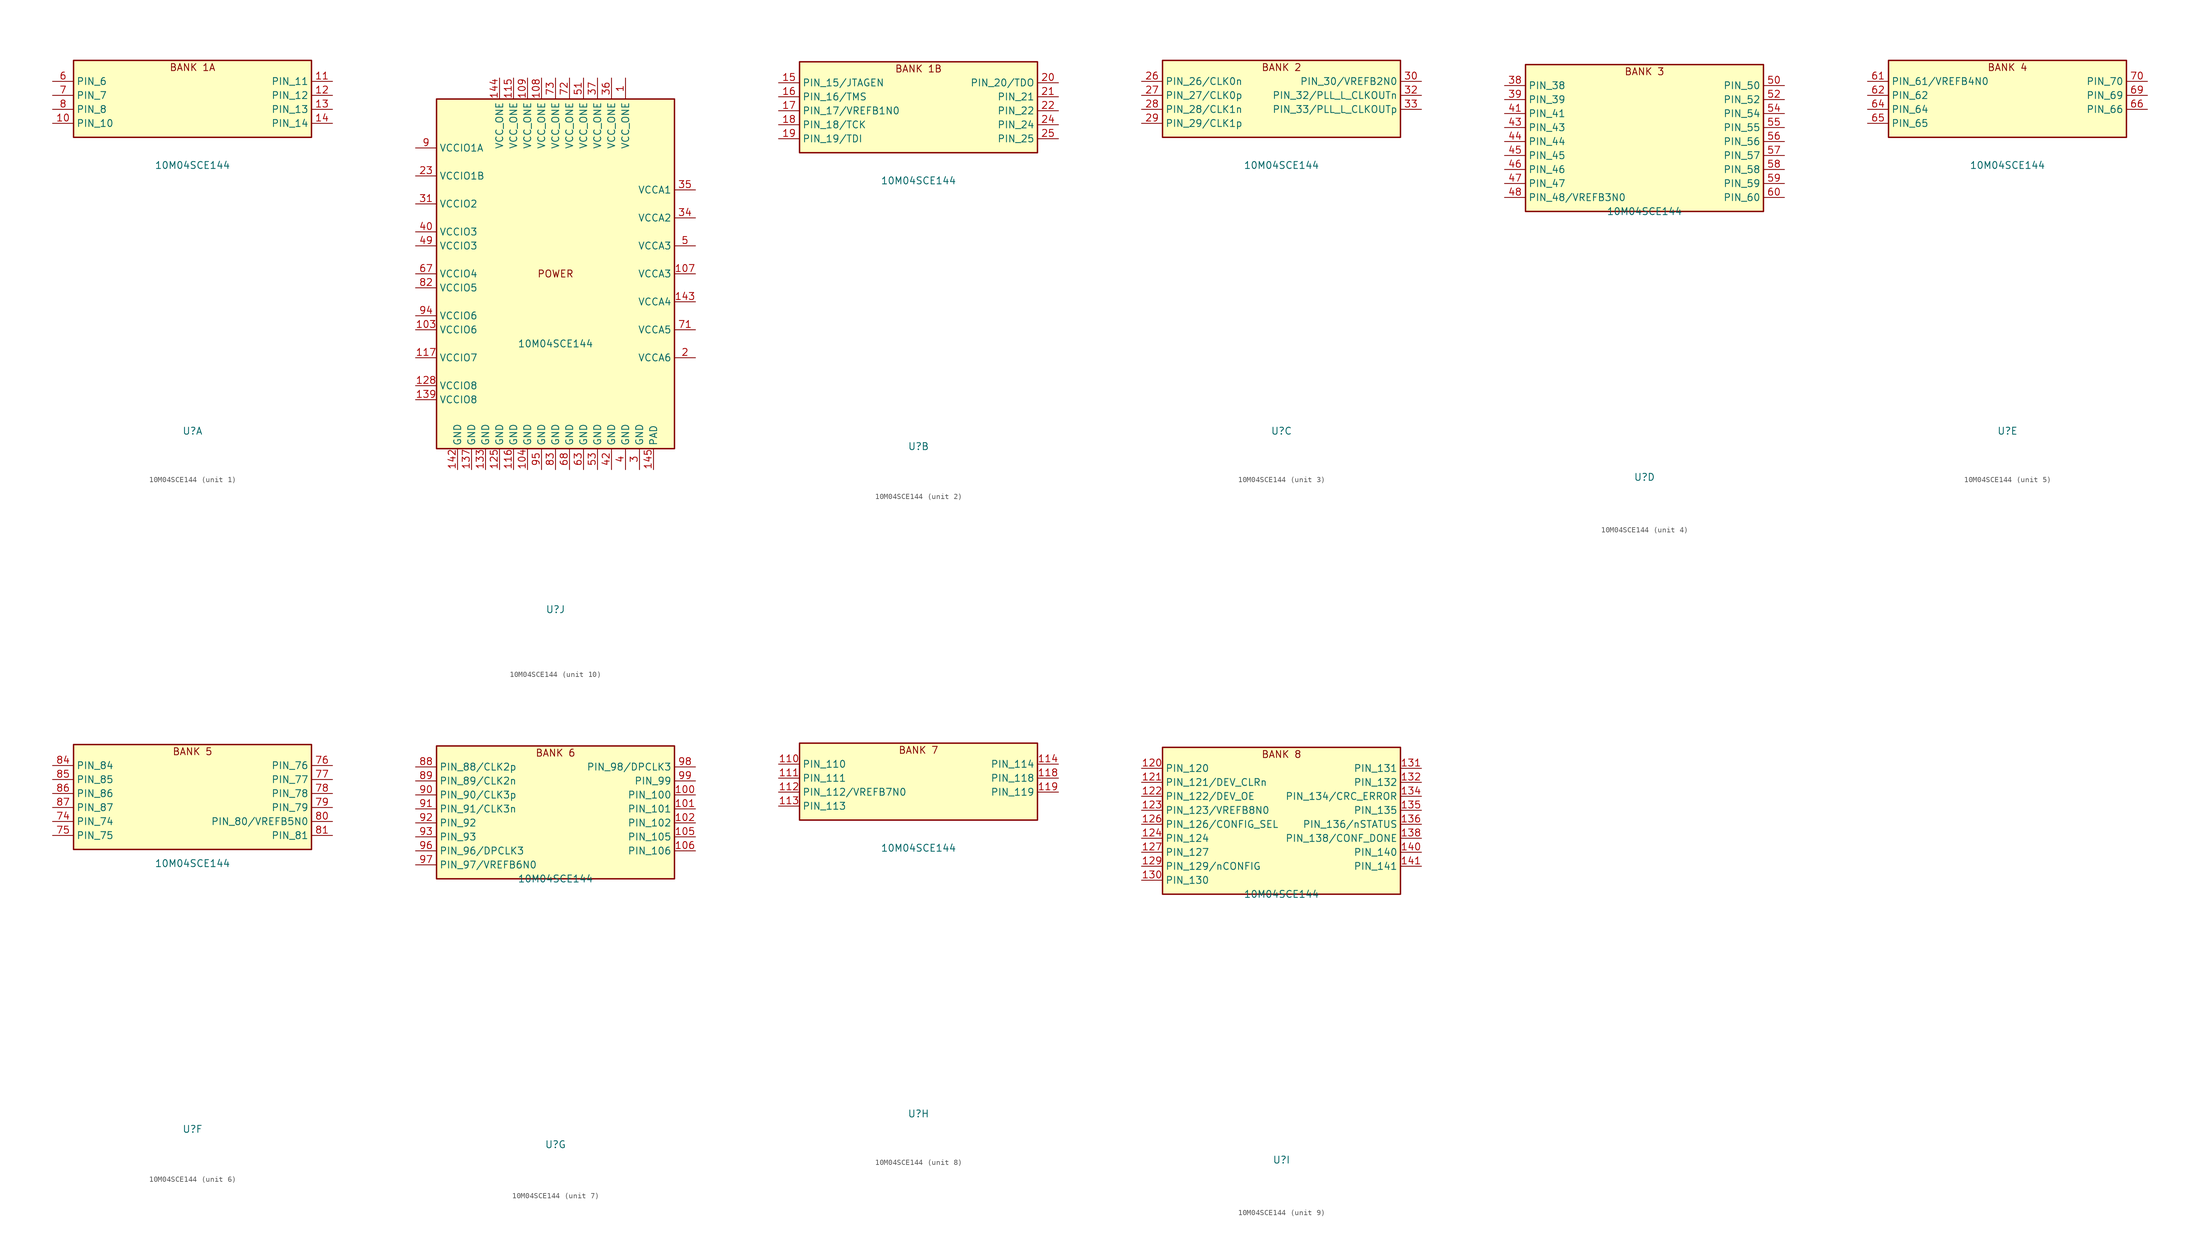
<source format=kicad_sym>
(kicad_symbol_lib
  (version 20220914)
  (generator kicad_symbol_editor)
  (symbol "10M04SCE144"
    (property "Reference" "U"
      (at 0 -60.96 0)
      (effects (font (size 1.27 1.27))))
    (property "Value" "10M04SCE144"
      (at 0 -12.7 0)
      (effects (font (size 1.27 1.27))))
    (property "ki_locked" ""
      (at 0 0 0)
      (effects (font (size 1.27 1.27))))
    (symbol "10M04SCE144_1_1"
      (rectangle (start -21.59 6.35) (end 21.59 -7.62) (stroke (width 0.254) (type default)) (fill (type background)))
      (text "BANK 1A" (at 0 5.08 0) (effects (font (size 1.27 1.27))))
      (pin bidirectional line (at -25.4 -5.08 0) (length 3.81) (name "PIN_10" (effects (font (size 1.27 1.27)))) (number "10" (effects (font (size 1.27 1.27)))))
      (pin bidirectional line (at 25.4 2.54 180) (length 3.81) (name "PIN_11" (effects (font (size 1.27 1.27)))) (number "11" (effects (font (size 1.27 1.27)))))
      (pin bidirectional line (at 25.4 0 180) (length 3.81) (name "PIN_12" (effects (font (size 1.27 1.27)))) (number "12" (effects (font (size 1.27 1.27)))))
      (pin bidirectional line (at 25.4 -2.54 180) (length 3.81) (name "PIN_13" (effects (font (size 1.27 1.27)))) (number "13" (effects (font (size 1.27 1.27)))))
      (pin bidirectional line (at 25.4 -5.08 180) (length 3.81) (name "PIN_14" (effects (font (size 1.27 1.27)))) (number "14" (effects (font (size 1.27 1.27)))))
      (pin bidirectional line (at -25.4 2.54 0) (length 3.81) (name "PIN_6" (effects (font (size 1.27 1.27)))) (number "6" (effects (font (size 1.27 1.27)))))
      (pin bidirectional line (at -25.4 0 0) (length 3.81) (name "PIN_7" (effects (font (size 1.27 1.27)))) (number "7" (effects (font (size 1.27 1.27)))))
      (pin bidirectional line (at -25.4 -2.54 0) (length 3.81) (name "PIN_8" (effects (font (size 1.27 1.27)))) (number "8" (effects (font (size 1.27 1.27))))))
    (symbol "10M04SCE144_2_1"
      (rectangle (start -21.59 8.89) (end 21.59 -7.62) (stroke (width 0.254) (type default)) (fill (type background)))
      (text "BANK 1B" (at 0 7.62 0) (effects (font (size 1.27 1.27))))
      (pin bidirectional line (at -25.4 5.08 0) (length 3.81) (name "PIN_15/JTAGEN" (effects (font (size 1.27 1.27)))) (number "15" (effects (font (size 1.27 1.27)))))
      (pin bidirectional line (at -25.4 2.54 0) (length 3.81) (name "PIN_16/TMS" (effects (font (size 1.27 1.27)))) (number "16" (effects (font (size 1.27 1.27)))))
      (pin bidirectional line (at -25.4 0 0) (length 3.81) (name "PIN_17/VREFB1N0" (effects (font (size 1.27 1.27)))) (number "17" (effects (font (size 1.27 1.27)))))
      (pin bidirectional line (at -25.4 -2.54 0) (length 3.81) (name "PIN_18/TCK" (effects (font (size 1.27 1.27)))) (number "18" (effects (font (size 1.27 1.27)))))
      (pin bidirectional line (at -25.4 -5.08 0) (length 3.81) (name "PIN_19/TDI" (effects (font (size 1.27 1.27)))) (number "19" (effects (font (size 1.27 1.27)))))
      (pin bidirectional line (at 25.4 5.08 180) (length 3.81) (name "PIN_20/TDO" (effects (font (size 1.27 1.27)))) (number "20" (effects (font (size 1.27 1.27)))))
      (pin bidirectional line (at 25.4 2.54 180) (length 3.81) (name "PIN_21" (effects (font (size 1.27 1.27)))) (number "21" (effects (font (size 1.27 1.27)))))
      (pin bidirectional line (at 25.4 0 180) (length 3.81) (name "PIN_22" (effects (font (size 1.27 1.27)))) (number "22" (effects (font (size 1.27 1.27)))))
      (pin bidirectional line (at 25.4 -2.54 180) (length 3.81) (name "PIN_24" (effects (font (size 1.27 1.27)))) (number "24" (effects (font (size 1.27 1.27)))))
      (pin bidirectional line (at 25.4 -5.08 180) (length 3.81) (name "PIN_25" (effects (font (size 1.27 1.27)))) (number "25" (effects (font (size 1.27 1.27))))))
    (symbol "10M04SCE144_3_1"
      (rectangle (start -21.59 6.35) (end 21.59 -7.62) (stroke (width 0.254) (type default)) (fill (type background)))
      (text "BANK 2" (at 0 5.08 0) (effects (font (size 1.27 1.27))))
      (pin bidirectional line (at -25.4 2.54 0) (length 3.81) (name "PIN_26/CLK0n" (effects (font (size 1.27 1.27)))) (number "26" (effects (font (size 1.27 1.27)))))
      (pin bidirectional line (at -25.4 0 0) (length 3.81) (name "PIN_27/CLK0p" (effects (font (size 1.27 1.27)))) (number "27" (effects (font (size 1.27 1.27)))))
      (pin bidirectional line (at -25.4 -2.54 0) (length 3.81) (name "PIN_28/CLK1n" (effects (font (size 1.27 1.27)))) (number "28" (effects (font (size 1.27 1.27)))))
      (pin bidirectional line (at -25.4 -5.08 0) (length 3.81) (name "PIN_29/CLK1p" (effects (font (size 1.27 1.27)))) (number "29" (effects (font (size 1.27 1.27)))))
      (pin bidirectional line (at 25.4 2.54 180) (length 3.81) (name "PIN_30/VREFB2N0" (effects (font (size 1.27 1.27)))) (number "30" (effects (font (size 1.27 1.27)))))
      (pin bidirectional line (at 25.4 0 180) (length 3.81) (name "PIN_32/PLL_L_CLKOUTn" (effects (font (size 1.27 1.27)))) (number "32" (effects (font (size 1.27 1.27)))))
      (pin bidirectional line (at 25.4 -2.54 180) (length 3.81) (name "PIN_33/PLL_L_CLKOUTp" (effects (font (size 1.27 1.27)))) (number "33" (effects (font (size 1.27 1.27))))))
    (symbol "10M04SCE144_4_1"
      (rectangle (start -21.59 13.97) (end 21.59 -12.7) (stroke (width 0.254) (type default)) (fill (type background)))
      (text "BANK 3" (at 0 12.7 0) (effects (font (size 1.27 1.27))))
      (pin bidirectional line (at -25.4 10.16 0) (length 3.81) (name "PIN_38" (effects (font (size 1.27 1.27)))) (number "38" (effects (font (size 1.27 1.27)))))
      (pin bidirectional line (at -25.4 7.62 0) (length 3.81) (name "PIN_39" (effects (font (size 1.27 1.27)))) (number "39" (effects (font (size 1.27 1.27)))))
      (pin bidirectional line (at -25.4 5.08 0) (length 3.81) (name "PIN_41" (effects (font (size 1.27 1.27)))) (number "41" (effects (font (size 1.27 1.27)))))
      (pin bidirectional line (at -25.4 2.54 0) (length 3.81) (name "PIN_43" (effects (font (size 1.27 1.27)))) (number "43" (effects (font (size 1.27 1.27)))))
      (pin bidirectional line (at -25.4 0 0) (length 3.81) (name "PIN_44" (effects (font (size 1.27 1.27)))) (number "44" (effects (font (size 1.27 1.27)))))
      (pin bidirectional line (at -25.4 -2.54 0) (length 3.81) (name "PIN_45" (effects (font (size 1.27 1.27)))) (number "45" (effects (font (size 1.27 1.27)))))
      (pin bidirectional line (at -25.4 -5.08 0) (length 3.81) (name "PIN_46" (effects (font (size 1.27 1.27)))) (number "46" (effects (font (size 1.27 1.27)))))
      (pin bidirectional line (at -25.4 -7.62 0) (length 3.81) (name "PIN_47" (effects (font (size 1.27 1.27)))) (number "47" (effects (font (size 1.27 1.27)))))
      (pin bidirectional line (at -25.4 -10.16 0) (length 3.81) (name "PIN_48/VREFB3N0" (effects (font (size 1.27 1.27)))) (number "48" (effects (font (size 1.27 1.27)))))
      (pin bidirectional line (at 25.4 10.16 180) (length 3.81) (name "PIN_50" (effects (font (size 1.27 1.27)))) (number "50" (effects (font (size 1.27 1.27)))))
      (pin bidirectional line (at 25.4 7.62 180) (length 3.81) (name "PIN_52" (effects (font (size 1.27 1.27)))) (number "52" (effects (font (size 1.27 1.27)))))
      (pin bidirectional line (at 25.4 5.08 180) (length 3.81) (name "PIN_54" (effects (font (size 1.27 1.27)))) (number "54" (effects (font (size 1.27 1.27)))))
      (pin bidirectional line (at 25.4 2.54 180) (length 3.81) (name "PIN_55" (effects (font (size 1.27 1.27)))) (number "55" (effects (font (size 1.27 1.27)))))
      (pin bidirectional line (at 25.4 0 180) (length 3.81) (name "PIN_56" (effects (font (size 1.27 1.27)))) (number "56" (effects (font (size 1.27 1.27)))))
      (pin bidirectional line (at 25.4 -2.54 180) (length 3.81) (name "PIN_57" (effects (font (size 1.27 1.27)))) (number "57" (effects (font (size 1.27 1.27)))))
      (pin bidirectional line (at 25.4 -5.08 180) (length 3.81) (name "PIN_58" (effects (font (size 1.27 1.27)))) (number "58" (effects (font (size 1.27 1.27)))))
      (pin bidirectional line (at 25.4 -7.62 180) (length 3.81) (name "PIN_59" (effects (font (size 1.27 1.27)))) (number "59" (effects (font (size 1.27 1.27)))))
      (pin bidirectional line (at 25.4 -10.16 180) (length 3.81) (name "PIN_60" (effects (font (size 1.27 1.27)))) (number "60" (effects (font (size 1.27 1.27))))))
    (symbol "10M04SCE144_5_1"
      (rectangle (start -21.59 6.35) (end 21.59 -7.62) (stroke (width 0.254) (type default)) (fill (type background)))
      (text "BANK 4" (at 0 5.08 0) (effects (font (size 1.27 1.27))))
      (pin bidirectional line (at -25.4 2.54 0) (length 3.81) (name "PIN_61/VREFB4N0" (effects (font (size 1.27 1.27)))) (number "61" (effects (font (size 1.27 1.27)))))
      (pin bidirectional line (at -25.4 0 0) (length 3.81) (name "PIN_62" (effects (font (size 1.27 1.27)))) (number "62" (effects (font (size 1.27 1.27)))))
      (pin bidirectional line (at -25.4 -2.54 0) (length 3.81) (name "PIN_64" (effects (font (size 1.27 1.27)))) (number "64" (effects (font (size 1.27 1.27)))))
      (pin bidirectional line (at -25.4 -5.08 0) (length 3.81) (name "PIN_65" (effects (font (size 1.27 1.27)))) (number "65" (effects (font (size 1.27 1.27)))))
      (pin bidirectional line (at 25.4 -2.54 180) (length 3.81) (name "PIN_66" (effects (font (size 1.27 1.27)))) (number "66" (effects (font (size 1.27 1.27)))))
      (pin bidirectional line (at 25.4 0 180) (length 3.81) (name "PIN_69" (effects (font (size 1.27 1.27)))) (number "69" (effects (font (size 1.27 1.27)))))
      (pin bidirectional line (at 25.4 2.54 180) (length 3.81) (name "PIN_70" (effects (font (size 1.27 1.27)))) (number "70" (effects (font (size 1.27 1.27))))))
    (symbol "10M04SCE144_6_1"
      (rectangle (start -21.59 8.89) (end 21.59 -10.16) (stroke (width 0.254) (type default)) (fill (type background)))
      (text "BANK 5" (at 0 7.62 0) (effects (font (size 1.27 1.27))))
      (pin bidirectional line (at -25.4 -5.08 0) (length 3.81) (name "PIN_74" (effects (font (size 1.27 1.27)))) (number "74" (effects (font (size 1.27 1.27)))))
      (pin bidirectional line (at -25.4 -7.62 0) (length 3.81) (name "PIN_75" (effects (font (size 1.27 1.27)))) (number "75" (effects (font (size 1.27 1.27)))))
      (pin bidirectional line (at 25.4 5.08 180) (length 3.81) (name "PIN_76" (effects (font (size 1.27 1.27)))) (number "76" (effects (font (size 1.27 1.27)))))
      (pin bidirectional line (at 25.4 2.54 180) (length 3.81) (name "PIN_77" (effects (font (size 1.27 1.27)))) (number "77" (effects (font (size 1.27 1.27)))))
      (pin bidirectional line (at 25.4 0 180) (length 3.81) (name "PIN_78" (effects (font (size 1.27 1.27)))) (number "78" (effects (font (size 1.27 1.27)))))
      (pin bidirectional line (at 25.4 -2.54 180) (length 3.81) (name "PIN_79" (effects (font (size 1.27 1.27)))) (number "79" (effects (font (size 1.27 1.27)))))
      (pin bidirectional line (at 25.4 -5.08 180) (length 3.81) (name "PIN_80/VREFB5N0" (effects (font (size 1.27 1.27)))) (number "80" (effects (font (size 1.27 1.27)))))
      (pin bidirectional line (at 25.4 -7.62 180) (length 3.81) (name "PIN_81" (effects (font (size 1.27 1.27)))) (number "81" (effects (font (size 1.27 1.27)))))
      (pin bidirectional line (at -25.4 5.08 0) (length 3.81) (name "PIN_84" (effects (font (size 1.27 1.27)))) (number "84" (effects (font (size 1.27 1.27)))))
      (pin bidirectional line (at -25.4 2.54 0) (length 3.81) (name "PIN_85" (effects (font (size 1.27 1.27)))) (number "85" (effects (font (size 1.27 1.27)))))
      (pin bidirectional line (at -25.4 0 0) (length 3.81) (name "PIN_86" (effects (font (size 1.27 1.27)))) (number "86" (effects (font (size 1.27 1.27)))))
      (pin bidirectional line (at -25.4 -2.54 0) (length 3.81) (name "PIN_87" (effects (font (size 1.27 1.27)))) (number "87" (effects (font (size 1.27 1.27))))))
    (symbol "10M04SCE144_7_1"
      (rectangle (start -21.59 11.43) (end 21.59 -12.7) (stroke (width 0.254) (type default)) (fill (type background)))
      (text "BANK 6" (at 0 10.16 0) (effects (font (size 1.27 1.27))))
      (pin bidirectional line (at 25.4 2.54 180) (length 3.81) (name "PIN_100" (effects (font (size 1.27 1.27)))) (number "100" (effects (font (size 1.27 1.27)))))
      (pin bidirectional line (at 25.4 0 180) (length 3.81) (name "PIN_101" (effects (font (size 1.27 1.27)))) (number "101" (effects (font (size 1.27 1.27)))))
      (pin bidirectional line (at 25.4 -2.54 180) (length 3.81) (name "PIN_102" (effects (font (size 1.27 1.27)))) (number "102" (effects (font (size 1.27 1.27)))))
      (pin bidirectional line (at 25.4 -5.08 180) (length 3.81) (name "PIN_105" (effects (font (size 1.27 1.27)))) (number "105" (effects (font (size 1.27 1.27)))))
      (pin bidirectional line (at 25.4 -7.62 180) (length 3.81) (name "PIN_106" (effects (font (size 1.27 1.27)))) (number "106" (effects (font (size 1.27 1.27)))))
      (pin bidirectional line (at -25.4 7.62 0) (length 3.81) (name "PIN_88/CLK2p" (effects (font (size 1.27 1.27)))) (number "88" (effects (font (size 1.27 1.27)))))
      (pin bidirectional line (at -25.4 5.08 0) (length 3.81) (name "PIN_89/CLK2n" (effects (font (size 1.27 1.27)))) (number "89" (effects (font (size 1.27 1.27)))))
      (pin bidirectional line (at -25.4 2.54 0) (length 3.81) (name "PIN_90/CLK3p" (effects (font (size 1.27 1.27)))) (number "90" (effects (font (size 1.27 1.27)))))
      (pin bidirectional line (at -25.4 0 0) (length 3.81) (name "PIN_91/CLK3n" (effects (font (size 1.27 1.27)))) (number "91" (effects (font (size 1.27 1.27)))))
      (pin bidirectional line (at -25.4 -2.54 0) (length 3.81) (name "PIN_92" (effects (font (size 1.27 1.27)))) (number "92" (effects (font (size 1.27 1.27)))))
      (pin bidirectional line (at -25.4 -5.08 0) (length 3.81) (name "PIN_93" (effects (font (size 1.27 1.27)))) (number "93" (effects (font (size 1.27 1.27)))))
      (pin bidirectional line (at -25.4 -7.62 0) (length 3.81) (name "PIN_96/DPCLK3" (effects (font (size 1.27 1.27)))) (number "96" (effects (font (size 1.27 1.27)))))
      (pin bidirectional line (at -25.4 -10.16 0) (length 3.81) (name "PIN_97/VREFB6N0" (effects (font (size 1.27 1.27)))) (number "97" (effects (font (size 1.27 1.27)))))
      (pin bidirectional line (at 25.4 7.62 180) (length 3.81) (name "PIN_98/DPCLK3" (effects (font (size 1.27 1.27)))) (number "98" (effects (font (size 1.27 1.27)))))
      (pin bidirectional line (at 25.4 5.08 180) (length 3.81) (name "PIN_99" (effects (font (size 1.27 1.27)))) (number "99" (effects (font (size 1.27 1.27))))))
    (symbol "10M04SCE144_8_1"
      (rectangle (start -21.59 6.35) (end 21.59 -7.62) (stroke (width 0.254) (type default)) (fill (type background)))
      (text "BANK 7" (at 0 5.08 0) (effects (font (size 1.27 1.27))))
      (pin bidirectional line (at -25.4 2.54 0) (length 3.81) (name "PIN_110" (effects (font (size 1.27 1.27)))) (number "110" (effects (font (size 1.27 1.27)))))
      (pin bidirectional line (at -25.4 0 0) (length 3.81) (name "PIN_111" (effects (font (size 1.27 1.27)))) (number "111" (effects (font (size 1.27 1.27)))))
      (pin bidirectional line (at -25.4 -2.54 0) (length 3.81) (name "PIN_112/VREFB7N0" (effects (font (size 1.27 1.27)))) (number "112" (effects (font (size 1.27 1.27)))))
      (pin bidirectional line (at -25.4 -5.08 0) (length 3.81) (name "PIN_113" (effects (font (size 1.27 1.27)))) (number "113" (effects (font (size 1.27 1.27)))))
      (pin bidirectional line (at 25.4 2.54 180) (length 3.81) (name "PIN_114" (effects (font (size 1.27 1.27)))) (number "114" (effects (font (size 1.27 1.27)))))
      (pin bidirectional line (at 25.4 0 180) (length 3.81) (name "PIN_118" (effects (font (size 1.27 1.27)))) (number "118" (effects (font (size 1.27 1.27)))))
      (pin bidirectional line (at 25.4 -2.54 180) (length 3.81) (name "PIN_119" (effects (font (size 1.27 1.27)))) (number "119" (effects (font (size 1.27 1.27))))))
    (symbol "10M04SCE144_9_1"
      (rectangle (start -21.59 13.97) (end 21.59 -12.7) (stroke (width 0.254) (type default)) (fill (type background)))
      (text "BANK 8" (at 0 12.7 0) (effects (font (size 1.27 1.27))))
      (pin bidirectional line (at -25.4 10.16 0) (length 3.81) (name "PIN_120" (effects (font (size 1.27 1.27)))) (number "120" (effects (font (size 1.27 1.27)))))
      (pin bidirectional line (at -25.4 7.62 0) (length 3.81) (name "PIN_121/DEV_CLRn" (effects (font (size 1.27 1.27)))) (number "121" (effects (font (size 1.27 1.27)))))
      (pin bidirectional line (at -25.4 5.08 0) (length 3.81) (name "PIN_122/DEV_OE" (effects (font (size 1.27 1.27)))) (number "122" (effects (font (size 1.27 1.27)))))
      (pin bidirectional line (at -25.4 2.54 0) (length 3.81) (name "PIN_123/VREFB8N0" (effects (font (size 1.27 1.27)))) (number "123" (effects (font (size 1.27 1.27)))))
      (pin bidirectional line (at -25.4 -2.54 0) (length 3.81) (name "PIN_124" (effects (font (size 1.27 1.27)))) (number "124" (effects (font (size 1.27 1.27)))))
      (pin bidirectional line (at -25.4 0 0) (length 3.81) (name "PIN_126/CONFIG_SEL" (effects (font (size 1.27 1.27)))) (number "126" (effects (font (size 1.27 1.27)))))
      (pin bidirectional line (at -25.4 -5.08 0) (length 3.81) (name "PIN_127" (effects (font (size 1.27 1.27)))) (number "127" (effects (font (size 1.27 1.27)))))
      (pin input line (at -25.4 -7.62 0) (length 3.81) (name "PIN_129/nCONFIG" (effects (font (size 1.27 1.27)))) (number "129" (effects (font (size 1.27 1.27)))))
      (pin bidirectional line (at -25.4 -10.16 0) (length 3.81) (name "PIN_130" (effects (font (size 1.27 1.27)))) (number "130" (effects (font (size 1.27 1.27)))))
      (pin bidirectional line (at 25.4 10.16 180) (length 3.81) (name "PIN_131" (effects (font (size 1.27 1.27)))) (number "131" (effects (font (size 1.27 1.27)))))
      (pin bidirectional line (at 25.4 7.62 180) (length 3.81) (name "PIN_132" (effects (font (size 1.27 1.27)))) (number "132" (effects (font (size 1.27 1.27)))))
      (pin bidirectional line (at 25.4 5.08 180) (length 3.81) (name "PIN_134/CRC_ERROR" (effects (font (size 1.27 1.27)))) (number "134" (effects (font (size 1.27 1.27)))))
      (pin bidirectional line (at 25.4 2.54 180) (length 3.81) (name "PIN_135" (effects (font (size 1.27 1.27)))) (number "135" (effects (font (size 1.27 1.27)))))
      (pin bidirectional line (at 25.4 0 180) (length 3.81) (name "PIN_136/nSTATUS" (effects (font (size 1.27 1.27)))) (number "136" (effects (font (size 1.27 1.27)))))
      (pin bidirectional line (at 25.4 -2.54 180) (length 3.81) (name "PIN_138/CONF_DONE" (effects (font (size 1.27 1.27)))) (number "138" (effects (font (size 1.27 1.27)))))
      (pin bidirectional line (at 25.4 -5.08 180) (length 3.81) (name "PIN_140" (effects (font (size 1.27 1.27)))) (number "140" (effects (font (size 1.27 1.27)))))
      (pin bidirectional line (at 25.4 -7.62 180) (length 3.81) (name "PIN_141" (effects (font (size 1.27 1.27)))) (number "141" (effects (font (size 1.27 1.27))))))
    (symbol "10M04SCE144_10_1"
      (rectangle (start -21.59 31.75) (end 21.59 -31.75) (stroke (width 0.254) (type default)) (fill (type background)))
      (text "POWER" (at 0 0 0) (effects (font (size 1.27 1.27))))
      (pin power_in line (at 12.7 35.56 270) (length 3.81) (name "VCC_ONE" (effects (font (size 1.27 1.27)))) (number "1" (effects (font (size 1.27 1.27)))))
      (pin power_in line (at -25.4 -10.16 0) (length 3.81) (name "VCCIO6" (effects (font (size 1.27 1.27)))) (number "103" (effects (font (size 1.27 1.27)))))
      (pin power_in line (at -5.08 -35.56 90) (length 3.81) (name "GND" (effects (font (size 1.27 1.27)))) (number "104" (effects (font (size 1.27 1.27)))))
      (pin power_in line (at 25.4 0 180) (length 3.81) (name "VCCA3" (effects (font (size 1.27 1.27)))) (number "107" (effects (font (size 1.27 1.27)))))
      (pin power_in line (at -2.54 35.56 270) (length 3.81) (name "VCC_ONE" (effects (font (size 1.27 1.27)))) (number "108" (effects (font (size 1.27 1.27)))))
      (pin power_in line (at -5.08 35.56 270) (length 3.81) (name "VCC_ONE" (effects (font (size 1.27 1.27)))) (number "109" (effects (font (size 1.27 1.27)))))
      (pin power_in line (at -7.62 35.56 270) (length 3.81) (name "VCC_ONE" (effects (font (size 1.27 1.27)))) (number "115" (effects (font (size 1.27 1.27)))))
      (pin power_in line (at -7.62 -35.56 90) (length 3.81) (name "GND" (effects (font (size 1.27 1.27)))) (number "116" (effects (font (size 1.27 1.27)))))
      (pin power_in line (at -25.4 -15.24 0) (length 3.81) (name "VCCIO7" (effects (font (size 1.27 1.27)))) (number "117" (effects (font (size 1.27 1.27)))))
      (pin power_in line (at -10.16 -35.56 90) (length 3.81) (name "GND" (effects (font (size 1.27 1.27)))) (number "125" (effects (font (size 1.27 1.27)))))
      (pin power_in line (at -25.4 -20.32 0) (length 3.81) (name "VCCIO8" (effects (font (size 1.27 1.27)))) (number "128" (effects (font (size 1.27 1.27)))))
      (pin power_in line (at -12.7 -35.56 90) (length 3.81) (name "GND" (effects (font (size 1.27 1.27)))) (number "133" (effects (font (size 1.27 1.27)))))
      (pin power_in line (at -15.24 -35.56 90) (length 3.81) (name "GND" (effects (font (size 1.27 1.27)))) (number "137" (effects (font (size 1.27 1.27)))))
      (pin power_in line (at -25.4 -22.86 0) (length 3.81) (name "VCCIO8" (effects (font (size 1.27 1.27)))) (number "139" (effects (font (size 1.27 1.27)))))
      (pin power_in line (at -17.78 -35.56 90) (length 3.81) (name "GND" (effects (font (size 1.27 1.27)))) (number "142" (effects (font (size 1.27 1.27)))))
      (pin power_in line (at 25.4 -5.08 180) (length 3.81) (name "VCCA4" (effects (font (size 1.27 1.27)))) (number "143" (effects (font (size 1.27 1.27)))))
      (pin power_in line (at -10.16 35.56 270) (length 3.81) (name "VCC_ONE" (effects (font (size 1.27 1.27)))) (number "144" (effects (font (size 1.27 1.27)))))
      (pin power_in line (at 25.4 -15.24 180) (length 3.81) (name "VCCA6" (effects (font (size 1.27 1.27)))) (number "2" (effects (font (size 1.27 1.27)))))
      (pin power_in line (at -25.4 17.78 0) (length 3.81) (name "VCCIO1B" (effects (font (size 1.27 1.27)))) (number "23" (effects (font (size 1.27 1.27)))))
      (pin power_in line (at 15.24 -35.56 90) (length 3.81) (name "GND" (effects (font (size 1.27 1.27)))) (number "3" (effects (font (size 1.27 1.27)))))
      (pin power_in line (at -25.4 12.7 0) (length 3.81) (name "VCCIO2" (effects (font (size 1.27 1.27)))) (number "31" (effects (font (size 1.27 1.27)))))
      (pin power_in line (at 25.4 10.16 180) (length 3.81) (name "VCCA2" (effects (font (size 1.27 1.27)))) (number "34" (effects (font (size 1.27 1.27)))))
      (pin power_in line (at 25.4 15.24 180) (length 3.81) (name "VCCA1" (effects (font (size 1.27 1.27)))) (number "35" (effects (font (size 1.27 1.27)))))
      (pin power_in line (at 10.16 35.56 270) (length 3.81) (name "VCC_ONE" (effects (font (size 1.27 1.27)))) (number "36" (effects (font (size 1.27 1.27)))))
      (pin power_in line (at 7.62 35.56 270) (length 3.81) (name "VCC_ONE" (effects (font (size 1.27 1.27)))) (number "37" (effects (font (size 1.27 1.27)))))
      (pin power_in line (at 12.7 -35.56 90) (length 3.81) (name "GND" (effects (font (size 1.27 1.27)))) (number "4" (effects (font (size 1.27 1.27)))))
      (pin power_in line (at -25.4 7.62 0) (length 3.81) (name "VCCIO3" (effects (font (size 1.27 1.27)))) (number "40" (effects (font (size 1.27 1.27)))))
      (pin power_in line (at 10.16 -35.56 90) (length 3.81) (name "GND" (effects (font (size 1.27 1.27)))) (number "42" (effects (font (size 1.27 1.27)))))
      (pin power_in line (at -25.4 5.08 0) (length 3.81) (name "VCCIO3" (effects (font (size 1.27 1.27)))) (number "49" (effects (font (size 1.27 1.27)))))
      (pin power_in line (at 25.4 5.08 180) (length 3.81) (name "VCCA3" (effects (font (size 1.27 1.27)))) (number "5" (effects (font (size 1.27 1.27)))))
      (pin power_in line (at 5.08 35.56 270) (length 3.81) (name "VCC_ONE" (effects (font (size 1.27 1.27)))) (number "51" (effects (font (size 1.27 1.27)))))
      (pin power_in line (at 7.62 -35.56 90) (length 3.81) (name "GND" (effects (font (size 1.27 1.27)))) (number "53" (effects (font (size 1.27 1.27)))))
      (pin power_in line (at 5.08 -35.56 90) (length 3.81) (name "GND" (effects (font (size 1.27 1.27)))) (number "63" (effects (font (size 1.27 1.27)))))
      (pin power_in line (at -25.4 0 0) (length 3.81) (name "VCCIO4" (effects (font (size 1.27 1.27)))) (number "67" (effects (font (size 1.27 1.27)))))
      (pin power_in line (at 2.54 -35.56 90) (length 3.81) (name "GND" (effects (font (size 1.27 1.27)))) (number "68" (effects (font (size 1.27 1.27)))))
      (pin power_in line (at 25.4 -10.16 180) (length 3.81) (name "VCCA5" (effects (font (size 1.27 1.27)))) (number "71" (effects (font (size 1.27 1.27)))))
      (pin power_in line (at 2.54 35.56 270) (length 3.81) (name "VCC_ONE" (effects (font (size 1.27 1.27)))) (number "72" (effects (font (size 1.27 1.27)))))
      (pin power_in line (at 0 35.56 270) (length 3.81) (name "VCC_ONE" (effects (font (size 1.27 1.27)))) (number "73" (effects (font (size 1.27 1.27)))))
      (pin power_in line (at -25.4 -2.54 0) (length 3.81) (name "VCCIO5" (effects (font (size 1.27 1.27)))) (number "82" (effects (font (size 1.27 1.27)))))
      (pin power_in line (at 0 -35.56 90) (length 3.81) (name "GND" (effects (font (size 1.27 1.27)))) (number "83" (effects (font (size 1.27 1.27)))))
      (pin power_in line (at -25.4 22.86 0) (length 3.81) (name "VCCIO1A" (effects (font (size 1.27 1.27)))) (number "9" (effects (font (size 1.27 1.27)))))
      (pin power_in line (at -25.4 -7.62 0) (length 3.81) (name "VCCIO6" (effects (font (size 1.27 1.27)))) (number "94" (effects (font (size 1.27 1.27)))))
      (pin power_in line (at -2.54 -35.56 90) (length 3.81) (name "GND" (effects (font (size 1.27 1.27)))) (number "95" (effects (font (size 1.27 1.27)))))
      (pin power_in line (at 17.78 -35.56 90) (length 3.81) (name "PAD" (effects (font (size 1.27 1.27)))) (number "145" (effects (font (size 1.27 1.27))))))))
</source>
